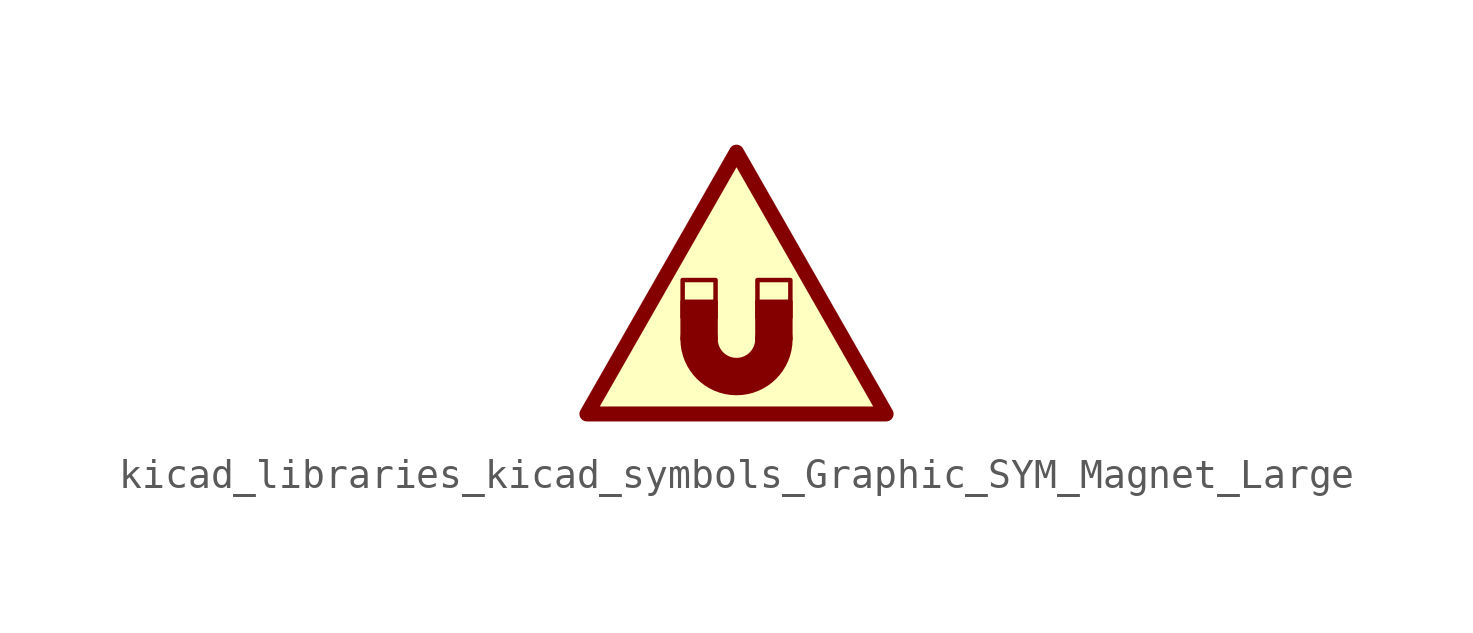
<source format=kicad_sym>
(kicad_symbol_lib
  (version 20220914)
  (generator kicad_symbol_editor)
  (symbol "kicad_libraries_kicad_symbols_Graphic_SYM_Magnet_Large"
    (property "Reference" "#SYM"
      (at 0 5.08 0)
      (effects (font (size 1.27 1.27)) hide))
    (symbol "kicad_libraries_kicad_symbols_Graphic_SYM_Magnet_Large_0_1"
      (rectangle (start -1.829 -1.27) (end -0.711 -2.54) (stroke (width 0) (type default)) (fill (type outline)))
      (rectangle (start -1.829 -0.533) (end -0.711 -1.803) (stroke (width 0) (type default)) (fill (type background)))
      (arc (start -1.27 -2.54) (mid 0 -3.8045) (end 1.27 -2.54) (stroke (width 1.27) (type default)) (fill (type none)))
      (polyline (pts (xy -5.08 -5.08) (xy 5.08 -5.08) (xy 0 3.81) (xy -5.08 -5.08)) (stroke (width 0.508) (type default)) (fill (type background)))
      (rectangle (start 0.711 -1.27) (end 1.829 -2.54) (stroke (width 0) (type default)) (fill (type outline)))
      (rectangle (start 0.711 -0.533) (end 1.829 -1.803) (stroke (width 0) (type default)) (fill (type background))))))
</source>
